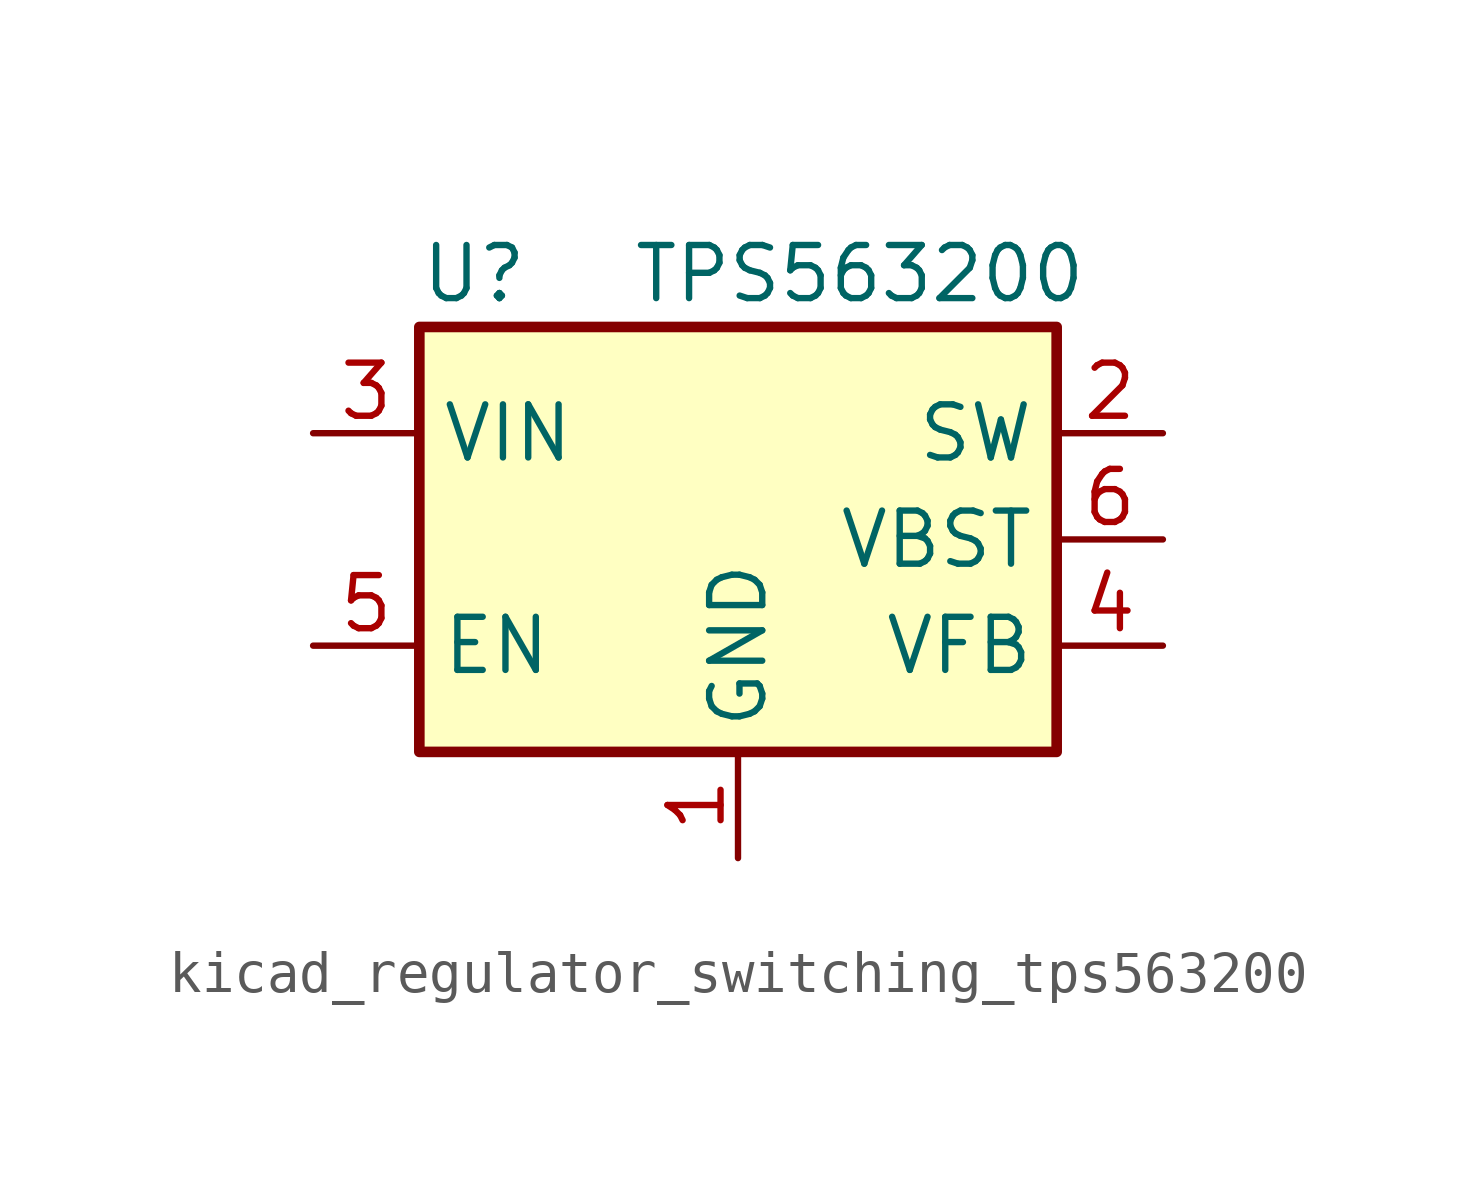
<source format=kicad_sym>
(kicad_symbol_lib
  (version 20220914)
  (generator kicad_symbol_editor)
  (symbol "kicad_regulator_switching_tps563200"
    (property "Reference" "U"
      (at -7.62 6.35 0)
      (effects (font (size 1.27 1.27)) (justify left)))
    (property "Value" "TPS563200"
      (at -2.54 6.35 0)
      (effects (font (size 1.27 1.27)) (justify left)))
    (symbol "kicad_regulator_switching_tps563200_0_1"
      (rectangle (start -7.62 5.08) (end 7.62 -5.08) (stroke (width 0.254) (type default)) (fill (type background))))
    (symbol "kicad_regulator_switching_tps563200_1_1"
      (pin power_in line (at 0 -7.62 90) (length 2.54) (name "GND" (effects (font (size 1.27 1.27)))) (number "1" (effects (font (size 1.27 1.27)))))
      (pin output line (at 10.16 2.54 180) (length 2.54) (name "SW" (effects (font (size 1.27 1.27)))) (number "2" (effects (font (size 1.27 1.27)))))
      (pin power_in line (at -10.16 2.54 0) (length 2.54) (name "VIN" (effects (font (size 1.27 1.27)))) (number "3" (effects (font (size 1.27 1.27)))))
      (pin input line (at 10.16 -2.54 180) (length 2.54) (name "VFB" (effects (font (size 1.27 1.27)))) (number "4" (effects (font (size 1.27 1.27)))))
      (pin input line (at -10.16 -2.54 0) (length 2.54) (name "EN" (effects (font (size 1.27 1.27)))) (number "5" (effects (font (size 1.27 1.27)))))
      (pin passive line (at 10.16 0 180) (length 2.54) (name "VBST" (effects (font (size 1.27 1.27)))) (number "6" (effects (font (size 1.27 1.27))))))))
</source>
